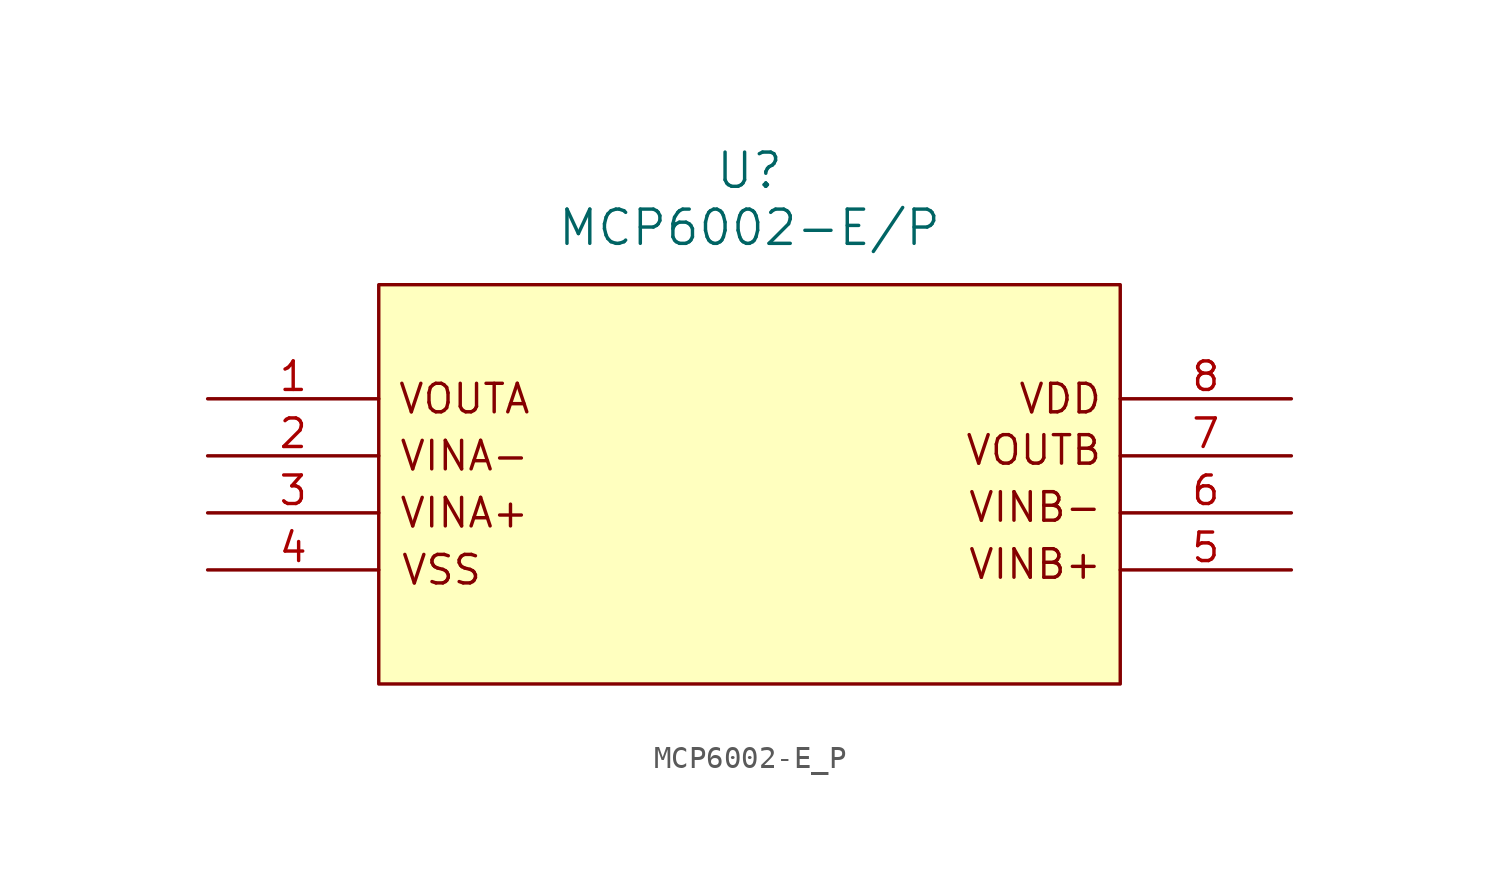
<source format=kicad_sym>
(kicad_symbol_lib
  (version 20241209)
  (generator "kicad_symbol_editor")
  (generator_version "9.0")
  (symbol "MCP6002-E_P"
    (pin_names
      (offset 0.254))
    (property "Reference" "U"
      (at 24.13 10.16 0)
      (effects (font (size 1.524 1.524))))
    (property "Value" "MCP6002-E/P"
      (at 24.13 7.62 0)
      (effects (font (size 1.524 1.524))))
    (symbol "MCP6002-E_P_0_1"
      (pin unspecified line (at 0 0 0) (length 7.62) (name "" (effects (font (size 1.27 1.27)))) (number "1" (effects (font (size 1.27 1.27)))))
      (pin unspecified line (at 0 -2.54 0) (length 7.62) (name "" (effects (font (size 1.27 1.27)))) (number "2" (effects (font (size 1.27 1.27)))))
      (pin unspecified line (at 0 -5.08 0) (length 7.62) (name "" (effects (font (size 1.27 1.27)))) (number "3" (effects (font (size 1.27 1.27)))))
      (pin unspecified line (at 0 -7.62 0) (length 7.62) (name "" (effects (font (size 1.27 1.27)))) (number "4" (effects (font (size 1.27 1.27)))))
      (pin unspecified line (at 48.26 0 180) (length 7.62) (name "" (effects (font (size 1.27 1.27)))) (number "8" (effects (font (size 1.27 1.27)))))
      (pin unspecified line (at 48.26 -2.54 180) (length 7.62) (name "" (effects (font (size 1.27 1.27)))) (number "7" (effects (font (size 1.27 1.27)))))
      (pin unspecified line (at 48.26 -5.08 180) (length 7.62) (name "" (effects (font (size 1.27 1.27)))) (number "6" (effects (font (size 1.27 1.27)))))
      (pin unspecified line (at 48.26 -7.62 180) (length 7.62) (name "" (effects (font (size 1.27 1.27)))) (number "5" (effects (font (size 1.27 1.27))))))
    (symbol "MCP6002-E_P_1_1"
      (rectangle (start 7.62 5.08) (end 40.64 -12.7) (stroke (width 0) (type solid)) (fill (type color) (color 255 255 0 0.25)))
      (text "VSS" (at 10.414 -7.62 0) (effects (font (size 1.27 1.27))))
      (text "VOUTA" (at 11.43 0 0) (effects (font (size 1.27 1.27))))
      (text "VINA-" (at 11.43 -2.54 0) (effects (font (size 1.27 1.27))))
      (text "VINA+" (at 11.43 -5.08 0) (effects (font (size 1.27 1.27))))
      (text "VDD" (at 39.878 0 0) (effects (font (size 1.27 1.27)) (justify right)))
      (text "VOUTB" (at 39.878 -2.286 0) (effects (font (size 1.27 1.27)) (justify right)))
      (text "VINB-" (at 39.878 -4.826 0) (effects (font (size 1.27 1.27)) (justify right)))
      (text "VINB+" (at 39.878 -7.366 0) (effects (font (size 1.27 1.27)) (justify right))))))
</source>
